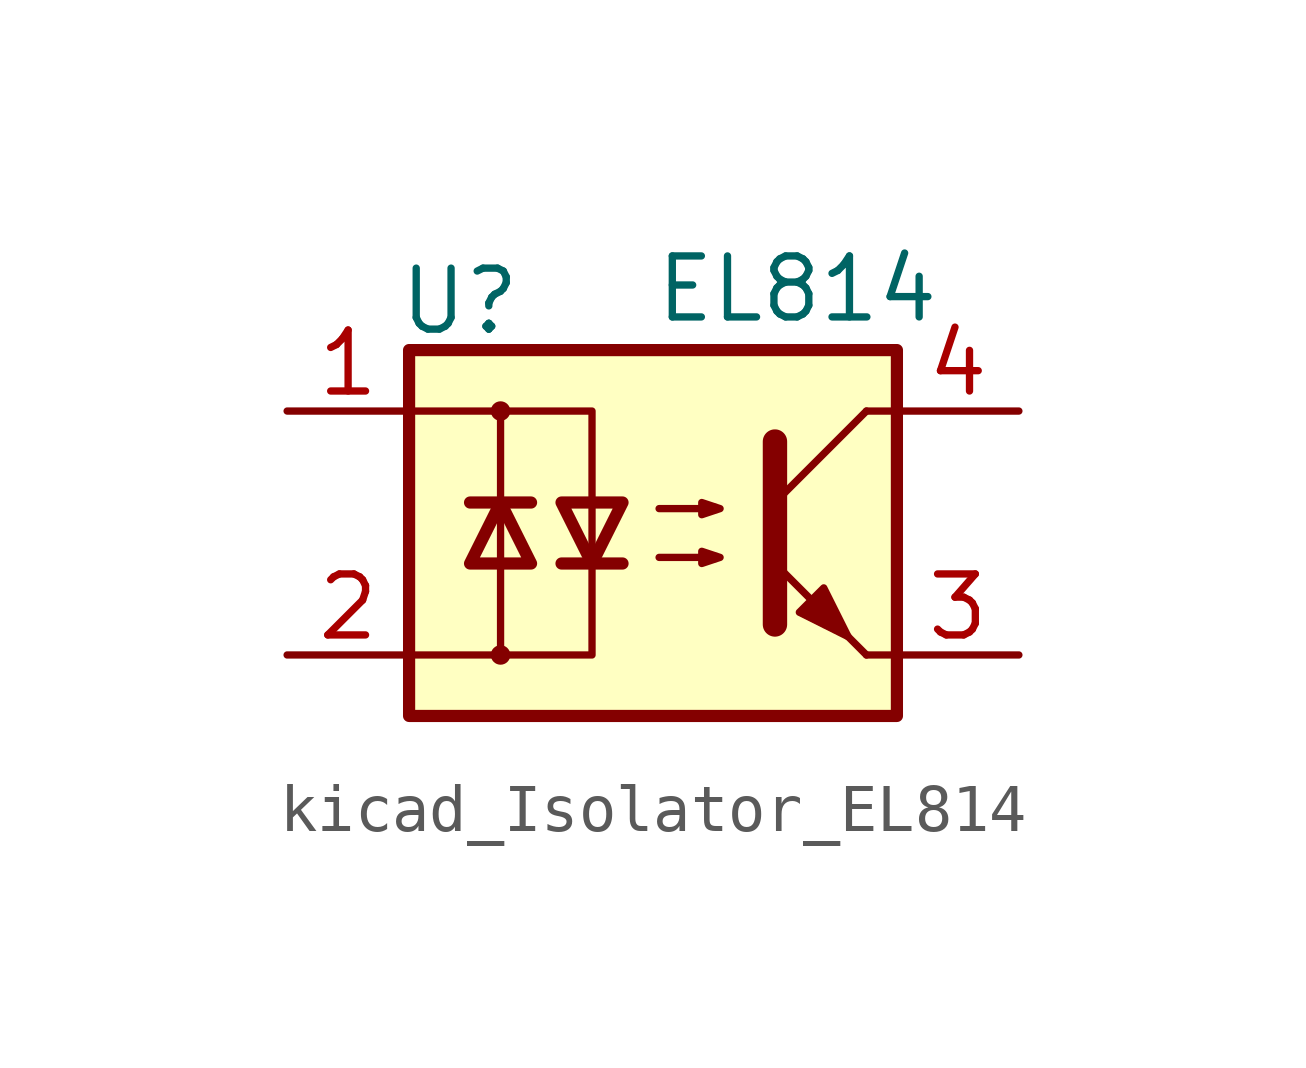
<source format=kicad_sym>
(kicad_symbol_lib
  (version 20220914)
  (generator kicad_symbol_editor)
  (symbol "kicad_Isolator_EL814"
    (pin_names
      (offset 1.016))
    (property "Reference" "U"
      (at -5.334 4.826 0)
      (effects (font (size 1.27 1.27)) (justify left)))
    (property "Value" "EL814"
      (at 0 5.08 0)
      (effects (font (size 1.27 1.27)) (justify left)))
    (symbol "kicad_Isolator_EL814_0_1"
      (rectangle (start -5.08 3.81) (end 5.08 -3.81) (stroke (width 0.254) (type default)) (fill (type background)))
      (circle (center -3.175 -2.54) (radius 0.127) (stroke (width 0) (type default)) (fill (type none)))
      (circle (center -3.175 2.54) (radius 0.127) (stroke (width 0) (type default)) (fill (type none)))
      (polyline (pts (xy -3.81 0.635) (xy -2.54 0.635)) (stroke (width 0.254) (type default)) (fill (type none)))
      (polyline (pts (xy -3.175 -0.635) (xy -3.175 -2.54)) (stroke (width 0) (type default)) (fill (type none)))
      (polyline (pts (xy -3.175 0.635) (xy -3.175 -0.635)) (stroke (width 0) (type default)) (fill (type none)))
      (polyline (pts (xy -3.175 0.635) (xy -3.175 2.54)) (stroke (width 0) (type default)) (fill (type none)))
      (polyline (pts (xy -1.905 -0.635) (xy -0.635 -0.635)) (stroke (width 0.254) (type default)) (fill (type none)))
      (polyline (pts (xy -1.27 0.635) (xy -1.27 -0.635)) (stroke (width 0) (type default)) (fill (type none)))
      (polyline (pts (xy 2.54 0.635) (xy 4.445 2.54)) (stroke (width 0) (type default)) (fill (type none)))
      (polyline (pts (xy 4.445 -2.54) (xy 2.54 -0.635)) (stroke (width 0) (type default)) (fill (type outline)))
      (polyline (pts (xy 4.445 -2.54) (xy 5.08 -2.54)) (stroke (width 0) (type default)) (fill (type none)))
      (polyline (pts (xy 4.445 2.54) (xy 5.08 2.54)) (stroke (width 0) (type default)) (fill (type none)))
      (polyline (pts (xy -5.08 2.54) (xy -1.27 2.54) (xy -1.27 0.635)) (stroke (width 0) (type default)) (fill (type none)))
      (polyline (pts (xy -1.27 -0.635) (xy -1.27 -2.54) (xy -5.08 -2.54)) (stroke (width 0) (type default)) (fill (type none)))
      (polyline (pts (xy 2.54 1.905) (xy 2.54 -1.905) (xy 2.54 -1.905)) (stroke (width 0.508) (type default)) (fill (type none)))
      (polyline (pts (xy -3.175 0.635) (xy -3.81 -0.635) (xy -2.54 -0.635) (xy -3.175 0.635)) (stroke (width 0.254) (type default)) (fill (type none)))
      (polyline (pts (xy -1.27 -0.635) (xy -1.905 0.635) (xy -0.635 0.635) (xy -1.27 -0.635)) (stroke (width 0.254) (type default)) (fill (type none)))
      (polyline (pts (xy 0.127 -0.508) (xy 1.397 -0.508) (xy 1.016 -0.635) (xy 1.016 -0.381) (xy 1.397 -0.508)) (stroke (width 0) (type default)) (fill (type none)))
      (polyline (pts (xy 0.127 0.508) (xy 1.397 0.508) (xy 1.016 0.381) (xy 1.016 0.635) (xy 1.397 0.508)) (stroke (width 0) (type default)) (fill (type none)))
      (polyline (pts (xy 3.048 -1.651) (xy 3.556 -1.143) (xy 4.064 -2.159) (xy 3.048 -1.651) (xy 3.048 -1.651)) (stroke (width 0) (type default)) (fill (type outline))))
    (symbol "kicad_Isolator_EL814_1_1"
      (pin passive line (at -7.62 2.54 0) (length 2.54) (name "~" (effects (font (size 1.27 1.27)))) (number "1" (effects (font (size 1.27 1.27)))))
      (pin passive line (at -7.62 -2.54 0) (length 2.54) (name "~" (effects (font (size 1.27 1.27)))) (number "2" (effects (font (size 1.27 1.27)))))
      (pin passive line (at 7.62 -2.54 180) (length 2.54) (name "~" (effects (font (size 1.27 1.27)))) (number "3" (effects (font (size 1.27 1.27)))))
      (pin passive line (at 7.62 2.54 180) (length 2.54) (name "~" (effects (font (size 1.27 1.27)))) (number "4" (effects (font (size 1.27 1.27))))))))
</source>
